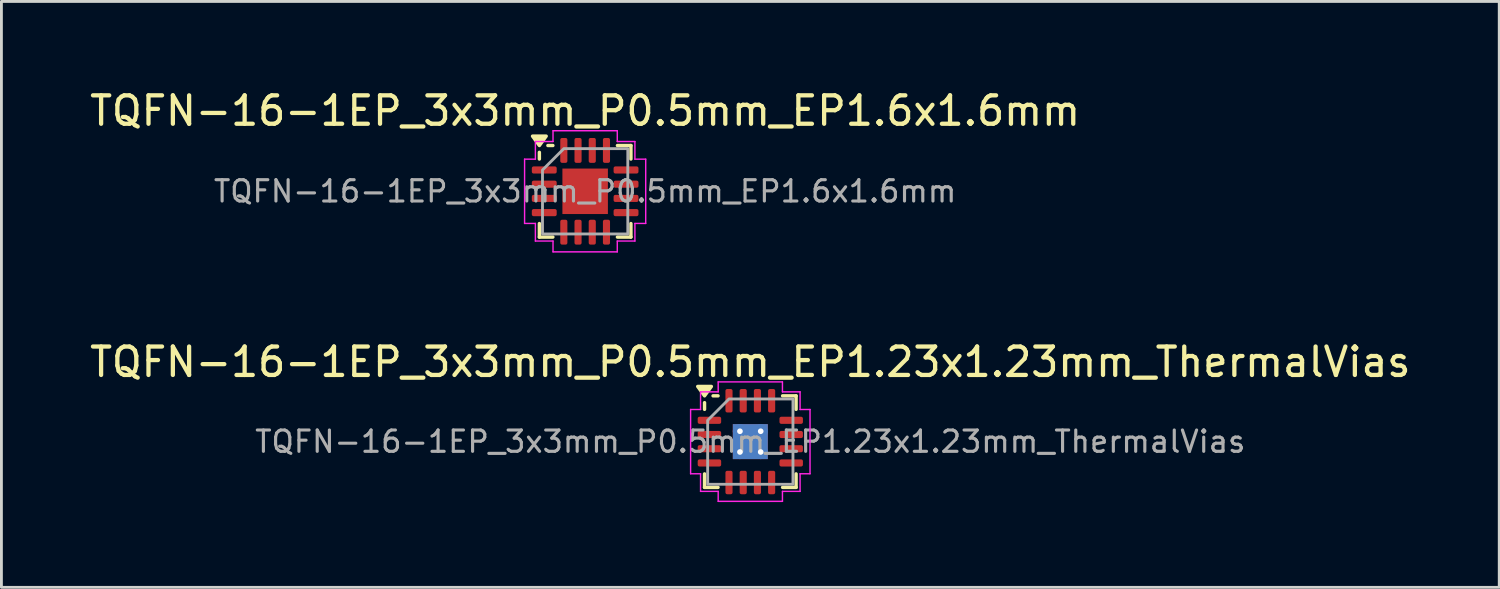
<source format=kicad_pcb>
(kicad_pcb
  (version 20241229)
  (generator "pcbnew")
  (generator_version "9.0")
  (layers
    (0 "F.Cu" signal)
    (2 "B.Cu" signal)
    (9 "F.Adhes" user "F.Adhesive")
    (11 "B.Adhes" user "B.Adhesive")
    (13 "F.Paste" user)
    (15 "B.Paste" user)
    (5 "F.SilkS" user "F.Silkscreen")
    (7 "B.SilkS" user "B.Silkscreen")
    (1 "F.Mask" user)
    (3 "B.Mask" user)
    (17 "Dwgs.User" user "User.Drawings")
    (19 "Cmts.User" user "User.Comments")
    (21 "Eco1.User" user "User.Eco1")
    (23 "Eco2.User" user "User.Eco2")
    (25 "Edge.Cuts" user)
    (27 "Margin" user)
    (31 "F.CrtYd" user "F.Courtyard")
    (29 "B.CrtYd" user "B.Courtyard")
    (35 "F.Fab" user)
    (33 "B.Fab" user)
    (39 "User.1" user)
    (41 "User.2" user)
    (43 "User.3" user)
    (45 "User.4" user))
  (footprint "TQFN-16-1EP_3x3mm_P0.5mm_EP1.6x1.6mm"
    (layer "F.Cu")
    (at 17.53 3.678)
    (property "Reference" "TQFN-16-1EP_3x3mm_P0.5mm_EP1.6x1.6mm" (at 0 -2.83 0) (layer "F.SilkS") (effects (font (size 1 1) (thickness 0.15))))
    (attr smd)
    (fp_line (start -1.61 -1.135) (end -1.61 -1.37) (stroke (width 0.12) (type solid)) (layer "F.SilkS"))
    (fp_line (start -1.61 1.61) (end -1.61 1.135) (stroke (width 0.12) (type solid)) (layer "F.SilkS"))
    (fp_line (start -1.135 -1.61) (end -1.31 -1.61) (stroke (width 0.12) (type solid)) (layer "F.SilkS"))
    (fp_line (start -1.135 1.61) (end -1.61 1.61) (stroke (width 0.12) (type solid)) (layer "F.SilkS"))
    (fp_line (start 1.135 -1.61) (end 1.61 -1.61) (stroke (width 0.12) (type solid)) (layer "F.SilkS"))
    (fp_line (start 1.135 1.61) (end 1.61 1.61) (stroke (width 0.12) (type solid)) (layer "F.SilkS"))
    (fp_line (start 1.61 -1.61) (end 1.61 -1.135) (stroke (width 0.12) (type solid)) (layer "F.SilkS"))
    (fp_line (start 1.61 1.61) (end 1.61 1.135) (stroke (width 0.12) (type solid)) (layer "F.SilkS"))
    (fp_poly (pts (xy -1.61 -1.61) (xy -1.85 -1.94) (xy -1.37 -1.94)) (stroke (width 0.12) (type solid)) (fill yes) (layer "F.SilkS"))
    (fp_line (start -2.13 -1.13) (end -1.75 -1.13) (stroke (width 0.05) (type solid)) (layer "F.CrtYd"))
    (fp_line (start -2.13 1.13) (end -2.13 -1.13) (stroke (width 0.05) (type solid)) (layer "F.CrtYd"))
    (fp_line (start -1.75 -1.75) (end -1.13 -1.75) (stroke (width 0.05) (type solid)) (layer "F.CrtYd"))
    (fp_line (start -1.75 -1.13) (end -1.75 -1.75) (stroke (width 0.05) (type solid)) (layer "F.CrtYd"))
    (fp_line (start -1.75 1.13) (end -2.13 1.13) (stroke (width 0.05) (type solid)) (layer "F.CrtYd"))
    (fp_line (start -1.75 1.75) (end -1.75 1.13) (stroke (width 0.05) (type solid)) (layer "F.CrtYd"))
    (fp_line (start -1.13 -2.13) (end 1.13 -2.13) (stroke (width 0.05) (type solid)) (layer "F.CrtYd"))
    (fp_line (start -1.13 -1.75) (end -1.13 -2.13) (stroke (width 0.05) (type solid)) (layer "F.CrtYd"))
    (fp_line (start -1.13 1.75) (end -1.75 1.75) (stroke (width 0.05) (type solid)) (layer "F.CrtYd"))
    (fp_line (start -1.13 2.13) (end -1.13 1.75) (stroke (width 0.05) (type solid)) (layer "F.CrtYd"))
    (fp_line (start 1.13 -2.13) (end 1.13 -1.75) (stroke (width 0.05) (type solid)) (layer "F.CrtYd"))
    (fp_line (start 1.13 -1.75) (end 1.75 -1.75) (stroke (width 0.05) (type solid)) (layer "F.CrtYd"))
    (fp_line (start 1.13 1.75) (end 1.13 2.13) (stroke (width 0.05) (type solid)) (layer "F.CrtYd"))
    (fp_line (start 1.13 2.13) (end -1.13 2.13) (stroke (width 0.05) (type solid)) (layer "F.CrtYd"))
    (fp_line (start 1.75 -1.75) (end 1.75 -1.13) (stroke (width 0.05) (type solid)) (layer "F.CrtYd"))
    (fp_line (start 1.75 -1.13) (end 2.13 -1.13) (stroke (width 0.05) (type solid)) (layer "F.CrtYd"))
    (fp_line (start 1.75 1.13) (end 1.75 1.75) (stroke (width 0.05) (type solid)) (layer "F.CrtYd"))
    (fp_line (start 1.75 1.75) (end 1.13 1.75) (stroke (width 0.05) (type solid)) (layer "F.CrtYd"))
    (fp_line (start 2.13 -1.13) (end 2.13 1.13) (stroke (width 0.05) (type solid)) (layer "F.CrtYd"))
    (fp_line (start 2.13 1.13) (end 1.75 1.13) (stroke (width 0.05) (type solid)) (layer "F.CrtYd"))
    (fp_poly (pts (xy -1.5 -0.75) (xy -1.5 1.5) (xy 1.5 1.5) (xy 1.5 -1.5) (xy -0.75 -1.5)) (stroke (width 0.1) (type solid)) (fill no) (layer "F.Fab"))
    (fp_text user "${REFERENCE}" (at 0 0 0) (layer "F.Fab") (effects (font (size 0.75 0.75) (thickness 0.11))))
    (pad "" smd roundrect (at -0.4 -0.4) (size 0.64 0.64) (layers "F.Paste") (roundrect_rratio 0.25))
    (pad "" smd roundrect (at -0.4 0.4) (size 0.64 0.64) (layers "F.Paste") (roundrect_rratio 0.25))
    (pad "" smd roundrect (at 0.4 -0.4) (size 0.64 0.64) (layers "F.Paste") (roundrect_rratio 0.25))
    (pad "" smd roundrect (at 0.4 0.4) (size 0.64 0.64) (layers "F.Paste") (roundrect_rratio 0.25))
    (pad "1" smd roundrect (at -1.438 -0.75) (size 0.875 0.25) (layers "F.Cu" "F.Mask" "F.Paste") (roundrect_rratio 0.25))
    (pad "2" smd roundrect (at -1.438 -0.25) (size 0.875 0.25) (layers "F.Cu" "F.Mask" "F.Paste") (roundrect_rratio 0.25))
    (pad "3" smd roundrect (at -1.438 0.25) (size 0.875 0.25) (layers "F.Cu" "F.Mask" "F.Paste") (roundrect_rratio 0.25))
    (pad "4" smd roundrect (at -1.438 0.75) (size 0.875 0.25) (layers "F.Cu" "F.Mask" "F.Paste") (roundrect_rratio 0.25))
    (pad "5" smd roundrect (at -0.75 1.438) (size 0.25 0.875) (layers "F.Cu" "F.Mask" "F.Paste") (roundrect_rratio 0.25))
    (pad "6" smd roundrect (at -0.25 1.438) (size 0.25 0.875) (layers "F.Cu" "F.Mask" "F.Paste") (roundrect_rratio 0.25))
    (pad "7" smd roundrect (at 0.25 1.438) (size 0.25 0.875) (layers "F.Cu" "F.Mask" "F.Paste") (roundrect_rratio 0.25))
    (pad "8" smd roundrect (at 0.75 1.438) (size 0.25 0.875) (layers "F.Cu" "F.Mask" "F.Paste") (roundrect_rratio 0.25))
    (pad "9" smd roundrect (at 1.438 0.75) (size 0.875 0.25) (layers "F.Cu" "F.Mask" "F.Paste") (roundrect_rratio 0.25))
    (pad "10" smd roundrect (at 1.438 0.25) (size 0.875 0.25) (layers "F.Cu" "F.Mask" "F.Paste") (roundrect_rratio 0.25))
    (pad "11" smd roundrect (at 1.438 -0.25) (size 0.875 0.25) (layers "F.Cu" "F.Mask" "F.Paste") (roundrect_rratio 0.25))
    (pad "12" smd roundrect (at 1.438 -0.75) (size 0.875 0.25) (layers "F.Cu" "F.Mask" "F.Paste") (roundrect_rratio 0.25))
    (pad "13" smd roundrect (at 0.75 -1.438) (size 0.25 0.875) (layers "F.Cu" "F.Mask" "F.Paste") (roundrect_rratio 0.25))
    (pad "14" smd roundrect (at 0.25 -1.438) (size 0.25 0.875) (layers "F.Cu" "F.Mask" "F.Paste") (roundrect_rratio 0.25))
    (pad "15" smd roundrect (at -0.25 -1.438) (size 0.25 0.875) (layers "F.Cu" "F.Mask" "F.Paste") (roundrect_rratio 0.25))
    (pad "16" smd roundrect (at -0.75 -1.438) (size 0.25 0.875) (layers "F.Cu" "F.Mask" "F.Paste") (roundrect_rratio 0.25))
    (pad "17" smd rect (at 0 0) (size 1.6 1.6) (property pad_prop_heatsink) (layers "F.Cu" "F.Mask")))
  (footprint "TQFN-16-1EP_3x3mm_P0.5mm_EP1.23x1.23mm_ThermalVias"
    (layer "F.Cu")
    (at 23.339 12.482)
    (property "Reference" "TQFN-16-1EP_3x3mm_P0.5mm_EP1.23x1.23mm_ThermalVias" (at 0 -2.8 0) (layer "F.SilkS") (effects (font (size 1 1) (thickness 0.15))))
    (attr smd)
    (fp_line (start -1.61 -1.135) (end -1.61 -1.37) (stroke (width 0.12) (type solid)) (layer "F.SilkS"))
    (fp_line (start -1.61 1.61) (end -1.61 1.135) (stroke (width 0.12) (type solid)) (layer "F.SilkS"))
    (fp_line (start -1.135 -1.61) (end -1.31 -1.61) (stroke (width 0.12) (type solid)) (layer "F.SilkS"))
    (fp_line (start -1.135 1.61) (end -1.61 1.61) (stroke (width 0.12) (type solid)) (layer "F.SilkS"))
    (fp_line (start 1.135 -1.61) (end 1.61 -1.61) (stroke (width 0.12) (type solid)) (layer "F.SilkS"))
    (fp_line (start 1.135 1.61) (end 1.61 1.61) (stroke (width 0.12) (type solid)) (layer "F.SilkS"))
    (fp_line (start 1.61 -1.61) (end 1.61 -1.135) (stroke (width 0.12) (type solid)) (layer "F.SilkS"))
    (fp_line (start 1.61 1.61) (end 1.61 1.135) (stroke (width 0.12) (type solid)) (layer "F.SilkS"))
    (fp_poly (pts (xy -1.61 -1.61) (xy -1.85 -1.94) (xy -1.37 -1.94)) (stroke (width 0.12) (type solid)) (fill yes) (layer "F.SilkS"))
    (fp_line (start -2.1 -1.13) (end -1.75 -1.13) (stroke (width 0.05) (type solid)) (layer "F.CrtYd"))
    (fp_line (start -2.1 1.13) (end -2.1 -1.13) (stroke (width 0.05) (type solid)) (layer "F.CrtYd"))
    (fp_line (start -1.75 -1.75) (end -1.13 -1.75) (stroke (width 0.05) (type solid)) (layer "F.CrtYd"))
    (fp_line (start -1.75 -1.13) (end -1.75 -1.75) (stroke (width 0.05) (type solid)) (layer "F.CrtYd"))
    (fp_line (start -1.75 1.13) (end -2.1 1.13) (stroke (width 0.05) (type solid)) (layer "F.CrtYd"))
    (fp_line (start -1.75 1.75) (end -1.75 1.13) (stroke (width 0.05) (type solid)) (layer "F.CrtYd"))
    (fp_line (start -1.13 -2.1) (end 1.13 -2.1) (stroke (width 0.05) (type solid)) (layer "F.CrtYd"))
    (fp_line (start -1.13 -1.75) (end -1.13 -2.1) (stroke (width 0.05) (type solid)) (layer "F.CrtYd"))
    (fp_line (start -1.13 1.75) (end -1.75 1.75) (stroke (width 0.05) (type solid)) (layer "F.CrtYd"))
    (fp_line (start -1.13 2.1) (end -1.13 1.75) (stroke (width 0.05) (type solid)) (layer "F.CrtYd"))
    (fp_line (start 1.13 -2.1) (end 1.13 -1.75) (stroke (width 0.05) (type solid)) (layer "F.CrtYd"))
    (fp_line (start 1.13 -1.75) (end 1.75 -1.75) (stroke (width 0.05) (type solid)) (layer "F.CrtYd"))
    (fp_line (start 1.13 1.75) (end 1.13 2.1) (stroke (width 0.05) (type solid)) (layer "F.CrtYd"))
    (fp_line (start 1.13 2.1) (end -1.13 2.1) (stroke (width 0.05) (type solid)) (layer "F.CrtYd"))
    (fp_line (start 1.75 -1.75) (end 1.75 -1.13) (stroke (width 0.05) (type solid)) (layer "F.CrtYd"))
    (fp_line (start 1.75 -1.13) (end 2.1 -1.13) (stroke (width 0.05) (type solid)) (layer "F.CrtYd"))
    (fp_line (start 1.75 1.13) (end 1.75 1.75) (stroke (width 0.05) (type solid)) (layer "F.CrtYd"))
    (fp_line (start 1.75 1.75) (end 1.13 1.75) (stroke (width 0.05) (type solid)) (layer "F.CrtYd"))
    (fp_line (start 2.1 -1.13) (end 2.1 1.13) (stroke (width 0.05) (type solid)) (layer "F.CrtYd"))
    (fp_line (start 2.1 1.13) (end 1.75 1.13) (stroke (width 0.05) (type solid)) (layer "F.CrtYd"))
    (fp_poly (pts (xy -1.5 -0.75) (xy -1.5 1.5) (xy 1.5 1.5) (xy 1.5 -1.5) (xy -0.75 -1.5)) (stroke (width 0.1) (type solid)) (fill no) (layer "F.Fab"))
    (fp_text user "${REFERENCE}" (at 0 0 0) (layer "F.Fab") (effects (font (size 0.75 0.75) (thickness 0.11))))
    (pad "" smd roundrect (at -0.31 -0.31) (size 0.53 0.53) (layers "F.Paste") (roundrect_rratio 0.25))
    (pad "" smd roundrect (at -0.31 0.31) (size 0.53 0.53) (layers "F.Paste") (roundrect_rratio 0.25))
    (pad "" smd roundrect (at 0.31 -0.31) (size 0.53 0.53) (layers "F.Paste") (roundrect_rratio 0.25))
    (pad "" smd roundrect (at 0.31 0.31) (size 0.53 0.53) (layers "F.Paste") (roundrect_rratio 0.25))
    (pad "1" smd roundrect (at -1.438 -0.75) (size 0.825 0.25) (layers "F.Cu" "F.Mask" "F.Paste") (roundrect_rratio 0.25))
    (pad "2" smd roundrect (at -1.438 -0.25) (size 0.825 0.25) (layers "F.Cu" "F.Mask" "F.Paste") (roundrect_rratio 0.25))
    (pad "3" smd roundrect (at -1.438 0.25) (size 0.825 0.25) (layers "F.Cu" "F.Mask" "F.Paste") (roundrect_rratio 0.25))
    (pad "4" smd roundrect (at -1.438 0.75) (size 0.825 0.25) (layers "F.Cu" "F.Mask" "F.Paste") (roundrect_rratio 0.25))
    (pad "5" smd roundrect (at -0.75 1.438) (size 0.25 0.825) (layers "F.Cu" "F.Mask" "F.Paste") (roundrect_rratio 0.25))
    (pad "6" smd roundrect (at -0.25 1.438) (size 0.25 0.825) (layers "F.Cu" "F.Mask" "F.Paste") (roundrect_rratio 0.25))
    (pad "7" smd roundrect (at 0.25 1.438) (size 0.25 0.825) (layers "F.Cu" "F.Mask" "F.Paste") (roundrect_rratio 0.25))
    (pad "8" smd roundrect (at 0.75 1.438) (size 0.25 0.825) (layers "F.Cu" "F.Mask" "F.Paste") (roundrect_rratio 0.25))
    (pad "9" smd roundrect (at 1.438 0.75) (size 0.825 0.25) (layers "F.Cu" "F.Mask" "F.Paste") (roundrect_rratio 0.25))
    (pad "10" smd roundrect (at 1.438 0.25) (size 0.825 0.25) (layers "F.Cu" "F.Mask" "F.Paste") (roundrect_rratio 0.25))
    (pad "11" smd roundrect (at 1.438 -0.25) (size 0.825 0.25) (layers "F.Cu" "F.Mask" "F.Paste") (roundrect_rratio 0.25))
    (pad "12" smd roundrect (at 1.438 -0.75) (size 0.825 0.25) (layers "F.Cu" "F.Mask" "F.Paste") (roundrect_rratio 0.25))
    (pad "13" smd roundrect (at 0.75 -1.438) (size 0.25 0.825) (layers "F.Cu" "F.Mask" "F.Paste") (roundrect_rratio 0.25))
    (pad "14" smd roundrect (at 0.25 -1.438) (size 0.25 0.825) (layers "F.Cu" "F.Mask" "F.Paste") (roundrect_rratio 0.25))
    (pad "15" smd roundrect (at -0.25 -1.438) (size 0.25 0.825) (layers "F.Cu" "F.Mask" "F.Paste") (roundrect_rratio 0.25))
    (pad "16" smd roundrect (at -0.75 -1.438) (size 0.25 0.825) (layers "F.Cu" "F.Mask" "F.Paste") (roundrect_rratio 0.25))
    (pad "17" thru_hole circle (at -0.365 -0.365) (size 0.5 0.5) (drill 0.2) (property pad_prop_heatsink) (layers "*.Cu"))
    (pad "17" thru_hole circle (at -0.365 0.365) (size 0.5 0.5) (drill 0.2) (property pad_prop_heatsink) (layers "*.Cu"))
    (pad "17" smd rect (at 0 0) (size 1.23 1.23) (property pad_prop_heatsink) (layers "F.Cu" "F.Mask"))
    (pad "17" smd rect (at 0 0) (size 1.23 1.23) (property pad_prop_heatsink) (layers "B.Cu"))
    (pad "17" thru_hole circle (at 0.365 -0.365) (size 0.5 0.5) (drill 0.2) (property pad_prop_heatsink) (layers "*.Cu"))
    (pad "17" thru_hole circle (at 0.365 0.365) (size 0.5 0.5) (drill 0.2) (property pad_prop_heatsink) (layers "*.Cu")))
  (gr_rect
    (start -3 -3)
    (end 49.679 17.607)
    (stroke (width 0.1) (type default))
    (fill no)
    (layer "Edge.Cuts")))
</source>
